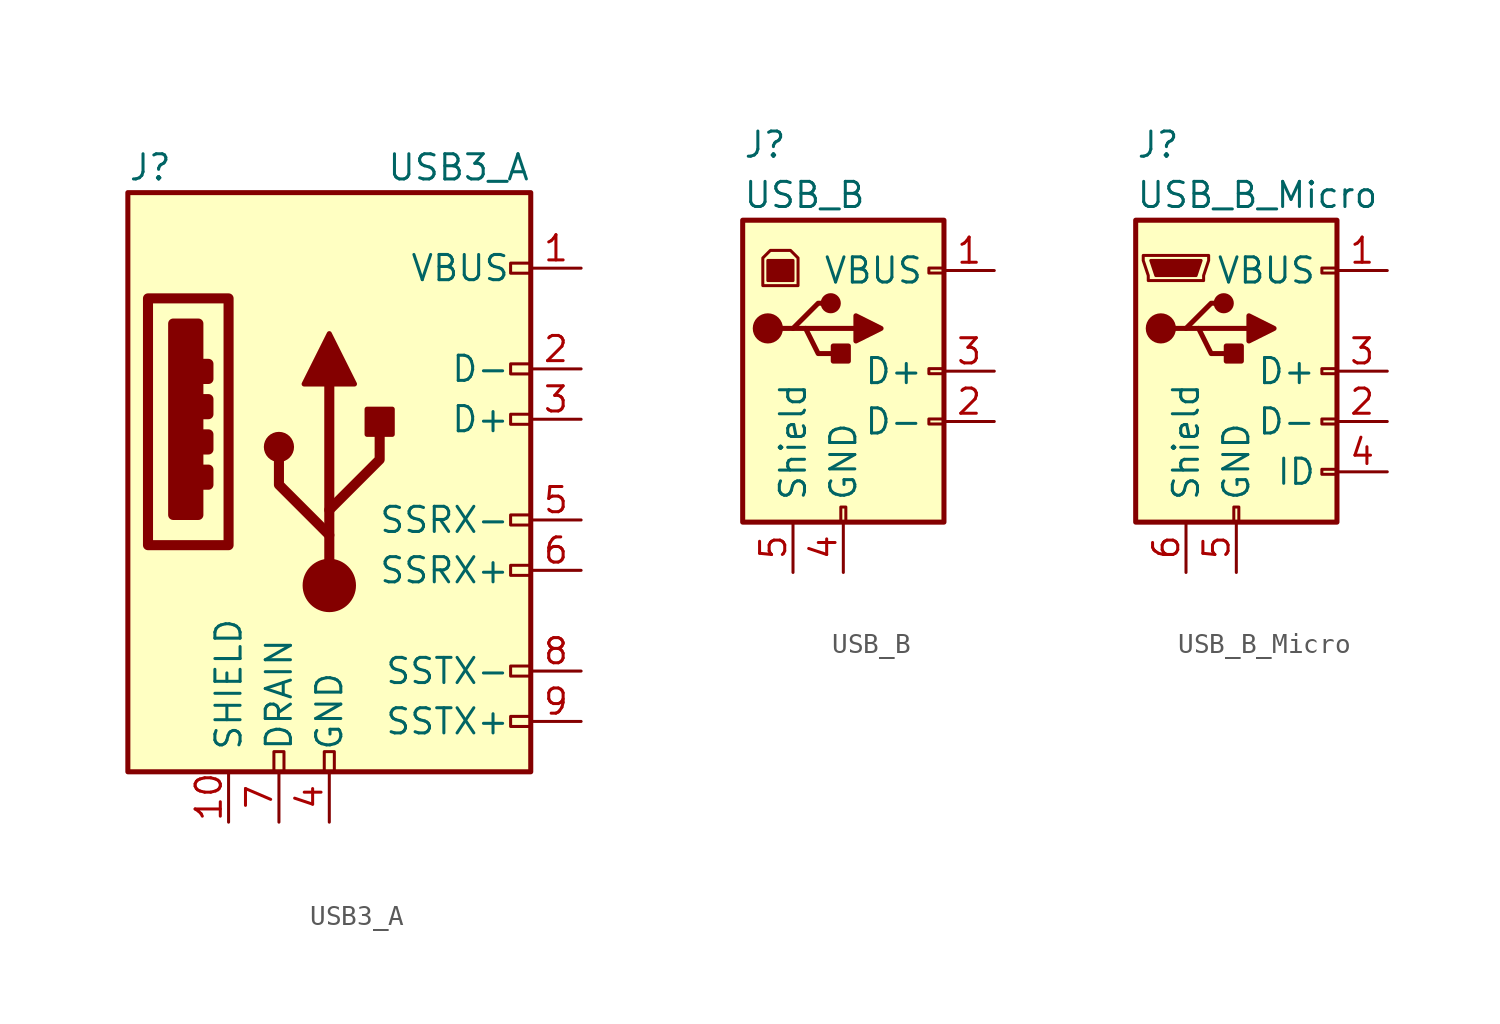
<source format=kicad_sym>
(kicad_symbol_lib
  (version 20201005)
  (generator kicad_symbol_editor)
  (symbol "Connector:USB3_A"
    (pin_names
      (offset 1.016))
    (property "Reference" "J"
      (at -10.16 15.24 0)
      (effects (font (size 1.27 1.27)) (justify left)))
    (property "Value" "USB3_A"
      (at 10.16 15.24 0)
      (effects (font (size 1.27 1.27)) (justify right)))
    (symbol "USB3_A_0_0"
      (rectangle (start -9.144 8.636) (end -5.08 -3.81) (stroke (width 0.508)) (fill (type none)))
      (rectangle (start -6.35 0) (end -6.096 -0.762) (stroke (width 0.508)) (fill (type none)))
      (rectangle (start -6.35 1.778) (end -6.096 1.016) (stroke (width 0.508)) (fill (type none)))
      (rectangle (start -6.35 3.556) (end -6.096 2.794) (stroke (width 0.508)) (fill (type none)))
      (rectangle (start -6.35 5.334) (end -6.096 4.572) (stroke (width 0.508)) (fill (type none)))
      (rectangle (start -2.794 -15.24) (end -2.286 -14.224) (stroke (width 0)) (fill (type none)))
      (rectangle (start -0.254 -15.24) (end 0.254 -14.224) (stroke (width 0)) (fill (type none)))
      (rectangle (start 10.16 -12.446) (end 9.144 -12.954) (stroke (width 0)) (fill (type none)))
      (rectangle (start 10.16 -9.906) (end 9.144 -10.414) (stroke (width 0)) (fill (type none)))
      (rectangle (start 10.16 -4.826) (end 9.144 -5.334) (stroke (width 0)) (fill (type none)))
      (rectangle (start 10.16 -2.286) (end 9.144 -2.794) (stroke (width 0)) (fill (type none)))
      (rectangle (start 10.16 2.794) (end 9.144 2.286) (stroke (width 0)) (fill (type none)))
      (rectangle (start 10.16 5.334) (end 9.144 4.826) (stroke (width 0)) (fill (type none)))
      (rectangle (start 10.16 10.414) (end 9.144 9.906) (stroke (width 0)) (fill (type none)))
      (rectangle (start -7.874 7.366) (end -6.604 -2.286) (stroke (width 0.508)) (fill (type outline))))
    (symbol "USB3_A_0_1"
      (rectangle (start -10.16 13.97) (end 10.16 -15.24) (stroke (width 0.254)) (fill (type background))))
    (symbol "USB3_A_1_1"
      (circle (center -2.54 1.143) (radius 0.635) (stroke (width 0.254)) (fill (type outline)))
      (circle (center 0 -5.842) (radius 1.27) (stroke (width 0)) (fill (type outline)))
      (rectangle (start 1.905 1.778) (end 3.175 3.048) (stroke (width 0.254)) (fill (type outline)))
      (polyline (pts (xy 0 -5.842) (xy 0 4.318)) (stroke (width 0.508)) (fill (type none)))
      (polyline (pts (xy 0 -3.302) (xy -2.54 -0.762) (xy -2.54 0.508)) (stroke (width 0.508)) (fill (type none)))
      (polyline (pts (xy 0 -2.032) (xy 2.54 0.508) (xy 2.54 1.778)) (stroke (width 0.508)) (fill (type none)))
      (polyline (pts (xy -1.27 4.318) (xy 0 6.858) (xy 1.27 4.318) (xy -1.27 4.318)) (stroke (width 0.254)) (fill (type outline)))
      (pin power_in line (at 12.7 10.16 180) (length 2.54) (name "VBUS" (effects (font (size 1.27 1.27)))) (number "1" (effects (font (size 1.27 1.27)))))
      (pin passive line (at -5.08 -17.78 90) (length 2.54) (name "SHIELD" (effects (font (size 1.27 1.27)))) (number "10" (effects (font (size 1.27 1.27)))))
      (pin bidirectional line (at 12.7 5.08 180) (length 2.54) (name "D-" (effects (font (size 1.27 1.27)))) (number "2" (effects (font (size 1.27 1.27)))))
      (pin bidirectional line (at 12.7 2.54 180) (length 2.54) (name "D+" (effects (font (size 1.27 1.27)))) (number "3" (effects (font (size 1.27 1.27)))))
      (pin power_in line (at 0 -17.78 90) (length 2.54) (name "GND" (effects (font (size 1.27 1.27)))) (number "4" (effects (font (size 1.27 1.27)))))
      (pin output line (at 12.7 -2.54 180) (length 2.54) (name "SSRX-" (effects (font (size 1.27 1.27)))) (number "5" (effects (font (size 1.27 1.27)))))
      (pin output line (at 12.7 -5.08 180) (length 2.54) (name "SSRX+" (effects (font (size 1.27 1.27)))) (number "6" (effects (font (size 1.27 1.27)))))
      (pin passive line (at -2.54 -17.78 90) (length 2.54) (name "DRAIN" (effects (font (size 1.27 1.27)))) (number "7" (effects (font (size 1.27 1.27)))))
      (pin input line (at 12.7 -10.16 180) (length 2.54) (name "SSTX-" (effects (font (size 1.27 1.27)))) (number "8" (effects (font (size 1.27 1.27)))))
      (pin input line (at 12.7 -12.7 180) (length 2.54) (name "SSTX+" (effects (font (size 1.27 1.27)))) (number "9" (effects (font (size 1.27 1.27)))))))
  (symbol "Connector:USB_B"
    (pin_names
      (offset 1.016))
    (property "Reference" "J"
      (at -5.08 11.43 0)
      (effects (font (size 1.27 1.27)) (justify left)))
    (property "Value" "USB_B"
      (at -5.08 8.89 0)
      (effects (font (size 1.27 1.27)) (justify left)))
    (symbol "USB_B_0_1"
      (circle (center -3.81 2.159) (radius 0.635) (stroke (width 0.254)) (fill (type outline)))
      (circle (center -0.635 3.429) (radius 0.381) (stroke (width 0.254)) (fill (type outline)))
      (rectangle (start -0.127 -7.62) (end 0.127 -6.858) (stroke (width 0)) (fill (type none)))
      (rectangle (start 5.08 -2.667) (end 4.318 -2.413) (stroke (width 0)) (fill (type none)))
      (rectangle (start 5.08 -0.127) (end 4.318 0.127) (stroke (width 0)) (fill (type none)))
      (rectangle (start 5.08 4.953) (end 4.318 5.207) (stroke (width 0)) (fill (type none)))
      (rectangle (start -3.81 5.588) (end -2.54 4.572) (stroke (width 0)) (fill (type outline)))
      (rectangle (start 0.254 1.27) (end -0.508 0.508) (stroke (width 0.254)) (fill (type outline)))
      (rectangle (start -5.08 -7.62) (end 5.08 7.62) (stroke (width 0.254)) (fill (type background)))
      (polyline (pts (xy -1.905 2.159) (xy 0.635 2.159)) (stroke (width 0.254)) (fill (type none)))
      (polyline (pts (xy -3.175 2.159) (xy -2.54 2.159) (xy -1.27 3.429) (xy -0.635 3.429)) (stroke (width 0.254)) (fill (type none)))
      (polyline (pts (xy -2.54 2.159) (xy -1.905 2.159) (xy -1.27 0.889) (xy 0 0.889)) (stroke (width 0.254)) (fill (type none)))
      (polyline (pts (xy -4.064 4.318) (xy -2.286 4.318) (xy -2.286 5.715) (xy -2.667 6.096) (xy -3.683 6.096) (xy -4.064 5.715) (xy -4.064 4.318)) (stroke (width 0)) (fill (type none)))
      (polyline (pts (xy 0.635 2.794) (xy 0.635 1.524) (xy 1.905 2.159) (xy 0.635 2.794)) (stroke (width 0.254)) (fill (type outline))))
    (symbol "USB_B_1_1"
      (pin power_out line (at 7.62 5.08 180) (length 2.54) (name "VBUS" (effects (font (size 1.27 1.27)))) (number "1" (effects (font (size 1.27 1.27)))))
      (pin bidirectional line (at 7.62 -2.54 180) (length 2.54) (name "D-" (effects (font (size 1.27 1.27)))) (number "2" (effects (font (size 1.27 1.27)))))
      (pin bidirectional line (at 7.62 0 180) (length 2.54) (name "D+" (effects (font (size 1.27 1.27)))) (number "3" (effects (font (size 1.27 1.27)))))
      (pin power_out line (at 0 -10.16 90) (length 2.54) (name "GND" (effects (font (size 1.27 1.27)))) (number "4" (effects (font (size 1.27 1.27)))))
      (pin passive line (at -2.54 -10.16 90) (length 2.54) (name "Shield" (effects (font (size 1.27 1.27)))) (number "5" (effects (font (size 1.27 1.27)))))))
  (symbol "Connector:USB_B_Micro"
    (pin_names
      (offset 1.016))
    (property "Reference" "J"
      (at -5.08 11.43 0)
      (effects (font (size 1.27 1.27)) (justify left)))
    (property "Value" "USB_B_Micro"
      (at -5.08 8.89 0)
      (effects (font (size 1.27 1.27)) (justify left)))
    (symbol "USB_B_Micro_0_1"
      (circle (center -3.81 2.159) (radius 0.635) (stroke (width 0.254)) (fill (type outline)))
      (circle (center -0.635 3.429) (radius 0.381) (stroke (width 0.254)) (fill (type outline)))
      (rectangle (start -0.127 -7.62) (end 0.127 -6.858) (stroke (width 0)) (fill (type none)))
      (rectangle (start 5.08 -5.207) (end 4.318 -4.953) (stroke (width 0)) (fill (type none)))
      (rectangle (start 5.08 -2.667) (end 4.318 -2.413) (stroke (width 0)) (fill (type none)))
      (rectangle (start 5.08 -0.127) (end 4.318 0.127) (stroke (width 0)) (fill (type none)))
      (rectangle (start 5.08 4.953) (end 4.318 5.207) (stroke (width 0)) (fill (type none)))
      (rectangle (start 0.254 1.27) (end -0.508 0.508) (stroke (width 0.254)) (fill (type outline)))
      (rectangle (start -5.08 -7.62) (end 5.08 7.62) (stroke (width 0.254)) (fill (type background)))
      (polyline (pts (xy -1.905 2.159) (xy 0.635 2.159)) (stroke (width 0.254)) (fill (type none)))
      (polyline (pts (xy -3.175 2.159) (xy -2.54 2.159) (xy -1.27 3.429) (xy -0.635 3.429)) (stroke (width 0.254)) (fill (type none)))
      (polyline (pts (xy -2.54 2.159) (xy -1.905 2.159) (xy -1.27 0.889) (xy 0 0.889)) (stroke (width 0.254)) (fill (type none)))
      (polyline (pts (xy -4.699 5.842) (xy -4.699 5.588) (xy -4.445 4.826) (xy -4.445 4.572) (xy -1.651 4.572) (xy -1.651 4.826) (xy -1.397 5.588) (xy -1.397 5.842) (xy -4.699 5.842)) (stroke (width 0)) (fill (type none)))
      (polyline (pts (xy 0.635 2.794) (xy 0.635 1.524) (xy 1.905 2.159) (xy 0.635 2.794)) (stroke (width 0.254)) (fill (type outline)))
      (polyline (pts (xy -4.318 5.588) (xy -1.778 5.588) (xy -2.032 4.826) (xy -4.064 4.826) (xy -4.318 5.588)) (stroke (width 0)) (fill (type outline))))
    (symbol "USB_B_Micro_1_1"
      (pin power_out line (at 7.62 5.08 180) (length 2.54) (name "VBUS" (effects (font (size 1.27 1.27)))) (number "1" (effects (font (size 1.27 1.27)))))
      (pin bidirectional line (at 7.62 -2.54 180) (length 2.54) (name "D-" (effects (font (size 1.27 1.27)))) (number "2" (effects (font (size 1.27 1.27)))))
      (pin bidirectional line (at 7.62 0 180) (length 2.54) (name "D+" (effects (font (size 1.27 1.27)))) (number "3" (effects (font (size 1.27 1.27)))))
      (pin passive line (at 7.62 -5.08 180) (length 2.54) (name "ID" (effects (font (size 1.27 1.27)))) (number "4" (effects (font (size 1.27 1.27)))))
      (pin power_out line (at 0 -10.16 90) (length 2.54) (name "GND" (effects (font (size 1.27 1.27)))) (number "5" (effects (font (size 1.27 1.27)))))
      (pin passive line (at -2.54 -10.16 90) (length 2.54) (name "Shield" (effects (font (size 1.27 1.27)))) (number "6" (effects (font (size 1.27 1.27))))))))
</source>
